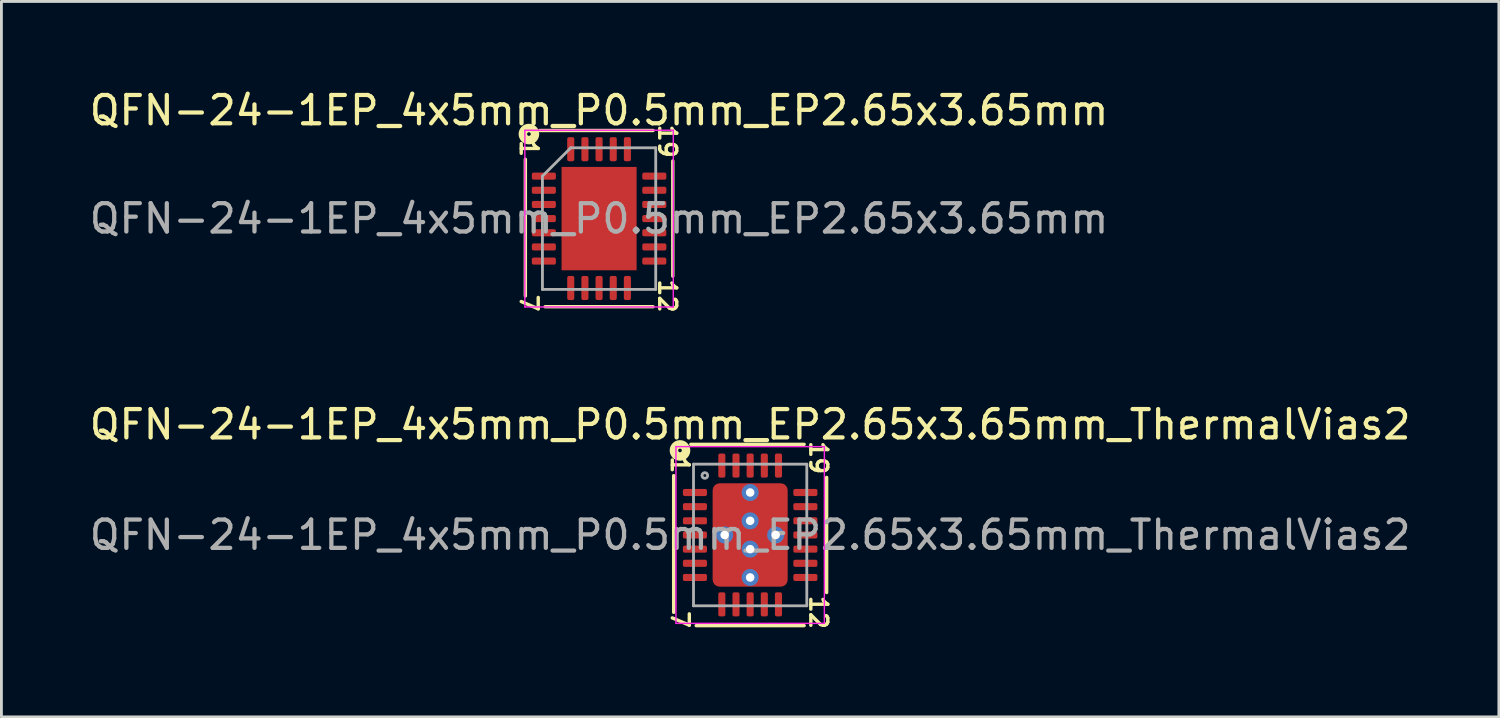
<source format=kicad_pcb>
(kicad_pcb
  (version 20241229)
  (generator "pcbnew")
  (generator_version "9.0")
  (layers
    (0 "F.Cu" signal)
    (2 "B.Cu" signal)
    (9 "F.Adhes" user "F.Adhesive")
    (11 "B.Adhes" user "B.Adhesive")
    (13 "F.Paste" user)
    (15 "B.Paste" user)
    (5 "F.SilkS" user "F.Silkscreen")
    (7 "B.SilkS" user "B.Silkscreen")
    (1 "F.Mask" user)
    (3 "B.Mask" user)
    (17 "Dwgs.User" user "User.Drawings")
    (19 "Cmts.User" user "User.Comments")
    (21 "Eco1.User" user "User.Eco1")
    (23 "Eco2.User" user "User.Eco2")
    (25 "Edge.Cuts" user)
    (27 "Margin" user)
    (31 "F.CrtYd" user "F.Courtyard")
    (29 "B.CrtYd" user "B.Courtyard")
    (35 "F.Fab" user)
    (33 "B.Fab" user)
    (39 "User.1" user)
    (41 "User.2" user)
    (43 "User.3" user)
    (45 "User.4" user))
  (footprint "QFN-24-1EP_4x5mm_P0.5mm_EP2.65x3.65mm"
    (layer "F.Cu")
    (at 18.101 4.668)
    (property "Reference" "QFN-24-1EP_4x5mm_P0.5mm_EP2.65x3.65mm" (at 0 -3.82 0) (layer "F.SilkS") (effects (font (size 1 1) (thickness 0.15))))
    (attr smd)
    (fp_line (start -2.603 -2.095) (end -2.603 2.731) (stroke (width 0.12) (type solid)) (layer "F.SilkS"))
    (fp_line (start -1.905 3.111) (end 1.905 3.111) (stroke (width 0.12) (type solid)) (layer "F.SilkS"))
    (fp_line (start 1.905 -3.111) (end -2.095 -3.111) (stroke (width 0.12) (type solid)) (layer "F.SilkS"))
    (fp_line (start 2.603 2.032) (end 2.603 -2.032) (stroke (width 0.12) (type solid)) (layer "F.SilkS"))
    (fp_circle (center -2.477 -2.985) (end -2.413 -2.985) (stroke (width 0.3) (type solid)) (fill no) (layer "F.SilkS"))
    (fp_line (start -2.62 -3.12) (end -2.62 3.12) (stroke (width 0.05) (type solid)) (layer "F.CrtYd"))
    (fp_line (start -2.62 3.12) (end 2.62 3.12) (stroke (width 0.05) (type solid)) (layer "F.CrtYd"))
    (fp_line (start 2.62 -3.12) (end -2.62 -3.12) (stroke (width 0.05) (type solid)) (layer "F.CrtYd"))
    (fp_line (start 2.62 3.12) (end 2.62 -3.12) (stroke (width 0.05) (type solid)) (layer "F.CrtYd"))
    (fp_line (start -2 -1.5) (end -1 -2.5) (stroke (width 0.1) (type solid)) (layer "F.Fab"))
    (fp_line (start -2 2.5) (end -2 -1.5) (stroke (width 0.1) (type solid)) (layer "F.Fab"))
    (fp_line (start -1 -2.5) (end 2 -2.5) (stroke (width 0.1) (type solid)) (layer "F.Fab"))
    (fp_line (start 2 -2.5) (end 2 2.5) (stroke (width 0.1) (type solid)) (layer "F.Fab"))
    (fp_line (start 2 2.5) (end -2 2.5) (stroke (width 0.1) (type solid)) (layer "F.Fab"))
    (fp_text user "7" (at -2.477 2.985 270) (unlocked yes) (layer "F.SilkS") (effects (font (size 0.6 0.6) (thickness 0.12))))
    (fp_text user "12" (at 2.413 2.731 270) (unlocked yes) (layer "F.SilkS") (effects (font (size 0.6 0.6) (thickness 0.12))))
    (fp_text user "19" (at 2.413 -2.731 270) (unlocked yes) (layer "F.SilkS") (effects (font (size 0.6 0.6) (thickness 0.12))))
    (fp_text user "1" (at -2.477 -2.477 270) (unlocked yes) (layer "F.SilkS") (effects (font (size 0.6 0.6) (thickness 0.12))))
    (fp_text user "${REFERENCE}" (at 0 0 0) (layer "F.Fab") (effects (font (size 1 1) (thickness 0.15))))
    (pad "" smd roundrect (at -0.66 -1.22) (size 1.07 0.98) (layers "F.Paste") (roundrect_rratio 0.25))
    (pad "" smd roundrect (at -0.66 0) (size 1.07 0.98) (layers "F.Paste") (roundrect_rratio 0.25))
    (pad "" smd roundrect (at -0.66 1.22) (size 1.07 0.98) (layers "F.Paste") (roundrect_rratio 0.25))
    (pad "" smd roundrect (at 0.66 -1.22) (size 1.07 0.98) (layers "F.Paste") (roundrect_rratio 0.25))
    (pad "" smd roundrect (at 0.66 0) (size 1.07 0.98) (layers "F.Paste") (roundrect_rratio 0.25))
    (pad "" smd roundrect (at 0.66 1.22) (size 1.07 0.98) (layers "F.Paste") (roundrect_rratio 0.25))
    (pad "1" smd roundrect (at -1.95 -1.5) (size 0.85 0.25) (layers "F.Cu" "F.Mask" "F.Paste") (roundrect_rratio 0.25))
    (pad "2" smd roundrect (at -1.95 -1) (size 0.85 0.25) (layers "F.Cu" "F.Mask" "F.Paste") (roundrect_rratio 0.25))
    (pad "3" smd roundrect (at -1.95 -0.5) (size 0.85 0.25) (layers "F.Cu" "F.Mask" "F.Paste") (roundrect_rratio 0.25))
    (pad "4" smd roundrect (at -1.95 0) (size 0.85 0.25) (layers "F.Cu" "F.Mask" "F.Paste") (roundrect_rratio 0.25))
    (pad "5" smd roundrect (at -1.95 0.5) (size 0.85 0.25) (layers "F.Cu" "F.Mask" "F.Paste") (roundrect_rratio 0.25))
    (pad "6" smd roundrect (at -1.95 1) (size 0.85 0.25) (layers "F.Cu" "F.Mask" "F.Paste") (roundrect_rratio 0.25))
    (pad "7" smd roundrect (at -1.95 1.5) (size 0.85 0.25) (layers "F.Cu" "F.Mask" "F.Paste") (roundrect_rratio 0.25))
    (pad "8" smd roundrect (at -1 2.45) (size 0.25 0.85) (layers "F.Cu" "F.Mask" "F.Paste") (roundrect_rratio 0.25))
    (pad "9" smd roundrect (at -0.5 2.45) (size 0.25 0.85) (layers "F.Cu" "F.Mask" "F.Paste") (roundrect_rratio 0.25))
    (pad "10" smd roundrect (at 0 2.45) (size 0.25 0.85) (layers "F.Cu" "F.Mask" "F.Paste") (roundrect_rratio 0.25))
    (pad "11" smd roundrect (at 0.5 2.45) (size 0.25 0.85) (layers "F.Cu" "F.Mask" "F.Paste") (roundrect_rratio 0.25))
    (pad "12" smd roundrect (at 1 2.45) (size 0.25 0.85) (layers "F.Cu" "F.Mask" "F.Paste") (roundrect_rratio 0.25))
    (pad "13" smd roundrect (at 1.95 1.5) (size 0.85 0.25) (layers "F.Cu" "F.Mask" "F.Paste") (roundrect_rratio 0.25))
    (pad "14" smd roundrect (at 1.95 1) (size 0.85 0.25) (layers "F.Cu" "F.Mask" "F.Paste") (roundrect_rratio 0.25))
    (pad "15" smd roundrect (at 1.95 0.5) (size 0.85 0.25) (layers "F.Cu" "F.Mask" "F.Paste") (roundrect_rratio 0.25))
    (pad "16" smd roundrect (at 1.95 0) (size 0.85 0.25) (layers "F.Cu" "F.Mask" "F.Paste") (roundrect_rratio 0.25))
    (pad "17" smd roundrect (at 1.95 -0.5) (size 0.85 0.25) (layers "F.Cu" "F.Mask" "F.Paste") (roundrect_rratio 0.25))
    (pad "18" smd roundrect (at 1.95 -1) (size 0.85 0.25) (layers "F.Cu" "F.Mask" "F.Paste") (roundrect_rratio 0.25))
    (pad "19" smd roundrect (at 1.95 -1.5) (size 0.85 0.25) (layers "F.Cu" "F.Mask" "F.Paste") (roundrect_rratio 0.25))
    (pad "20" smd roundrect (at 1 -2.45) (size 0.25 0.85) (layers "F.Cu" "F.Mask" "F.Paste") (roundrect_rratio 0.25))
    (pad "21" smd roundrect (at 0.5 -2.45) (size 0.25 0.85) (layers "F.Cu" "F.Mask" "F.Paste") (roundrect_rratio 0.25))
    (pad "22" smd roundrect (at 0 -2.45) (size 0.25 0.85) (layers "F.Cu" "F.Mask" "F.Paste") (roundrect_rratio 0.25))
    (pad "23" smd roundrect (at -0.5 -2.45) (size 0.25 0.85) (layers "F.Cu" "F.Mask" "F.Paste") (roundrect_rratio 0.25))
    (pad "24" smd roundrect (at -1 -2.45) (size 0.25 0.85) (layers "F.Cu" "F.Mask" "F.Paste") (roundrect_rratio 0.25))
    (pad "25" smd rect (at 0 0) (size 2.65 3.65) (layers "F.Cu" "F.Mask")))
  (footprint "QFN-24-1EP_4x5mm_P0.5mm_EP2.65x3.65mm_ThermalVias2"
    (layer "F.Cu")
    (at 23.435 15.838)
    (property "Reference" "QFN-24-1EP_4x5mm_P0.5mm_EP2.65x3.65mm_ThermalVias2" (at 0 -3.9 0) (layer "F.SilkS") (effects (font (size 1 1) (thickness 0.15))))
    (attr smd)
    (fp_line (start -2.7 -2.095) (end -2.7 2.731) (stroke (width 0.12) (type solid)) (layer "F.SilkS"))
    (fp_line (start -1.905 3.2) (end 1.905 3.2) (stroke (width 0.12) (type solid)) (layer "F.SilkS"))
    (fp_line (start 1.905 -3.2) (end -2.095 -3.2) (stroke (width 0.12) (type solid)) (layer "F.SilkS"))
    (fp_line (start 2.7 2.032) (end 2.7 -2.032) (stroke (width 0.12) (type solid)) (layer "F.SilkS"))
    (fp_circle (center -2.477 -2.985) (end -2.413 -2.985) (stroke (width 0.3) (type solid)) (fill no) (layer "F.SilkS"))
    (fp_line (start -2.62 -3.12) (end -2.62 3.12) (stroke (width 0.05) (type solid)) (layer "F.CrtYd"))
    (fp_line (start -2.62 3.12) (end 2.62 3.12) (stroke (width 0.05) (type solid)) (layer "F.CrtYd"))
    (fp_line (start 2.62 -3.12) (end -2.62 -3.12) (stroke (width 0.05) (type solid)) (layer "F.CrtYd"))
    (fp_line (start 2.62 3.12) (end 2.62 -3.12) (stroke (width 0.05) (type solid)) (layer "F.CrtYd"))
    (fp_line (start -2 -2.5) (end 2 -2.5) (stroke (width 0.1) (type solid)) (layer "F.Fab"))
    (fp_line (start -2 2.5) (end -2 -2.5) (stroke (width 0.1) (type solid)) (layer "F.Fab"))
    (fp_line (start 2 -2.5) (end 2 2.5) (stroke (width 0.1) (type solid)) (layer "F.Fab"))
    (fp_line (start 2 2.5) (end -2 2.5) (stroke (width 0.1) (type solid)) (layer "F.Fab"))
    (fp_circle (center -1.6 -2.1) (end -1.5 -2.1) (stroke (width 0.1) (type solid)) (fill no) (layer "F.Fab"))
    (fp_text user "12" (at 2.413 2.731 270) (unlocked yes) (layer "F.SilkS") (effects (font (size 0.6 0.6) (thickness 0.12))))
    (fp_text user "19" (at 2.413 -2.731 270) (unlocked yes) (layer "F.SilkS") (effects (font (size 0.6 0.6) (thickness 0.12))))
    (fp_text user "7" (at -2.477 2.985 270) (unlocked yes) (layer "F.SilkS") (effects (font (size 0.6 0.6) (thickness 0.12))))
    (fp_text user "1" (at -2.477 -2.477 270) (unlocked yes) (layer "F.SilkS") (effects (font (size 0.6 0.6) (thickness 0.12))))
    (fp_text user "${REFERENCE}" (at 0 0 0) (layer "F.Fab") (effects (font (size 1 1) (thickness 0.15))))
    (pad "" smd roundrect (at -0.762 -1.387) (size 0.775 0.525) (layers "F.Paste") (roundrect_rratio 0.25))
    (pad "" smd roundrect (at -0.762 -1.012) (size 0.925 1.425) (layers "F.Mask") (roundrect_rratio 0.25))
    (pad "" smd roundrect (at -0.762 -0.637) (size 0.775 0.525) (layers "F.Paste") (roundrect_rratio 0.25))
    (pad "" smd roundrect (at -0.762 0.637) (size 0.775 0.525) (layers "F.Paste") (roundrect_rratio 0.25))
    (pad "" smd roundrect (at -0.762 1.012) (size 0.925 1.425) (layers "F.Mask") (roundrect_rratio 0.25))
    (pad "" smd roundrect (at -0.762 1.387) (size 0.775 0.525) (layers "F.Paste") (roundrect_rratio 0.25))
    (pad "" smd roundrect (at 0.762 -1.387) (size 0.775 0.525) (layers "F.Paste") (roundrect_rratio 0.25))
    (pad "" smd roundrect (at 0.762 -1.012) (size 0.925 1.425) (layers "F.Mask") (roundrect_rratio 0.25))
    (pad "" smd roundrect (at 0.762 -0.637) (size 0.775 0.525) (layers "F.Paste") (roundrect_rratio 0.25))
    (pad "" smd roundrect (at 0.762 0.637) (size 0.775 0.525) (layers "F.Paste") (roundrect_rratio 0.25))
    (pad "" smd roundrect (at 0.762 1.012) (size 0.925 1.425) (layers "F.Mask") (roundrect_rratio 0.25))
    (pad "" smd roundrect (at 0.775 1.387) (size 0.8 0.525) (layers "F.Paste") (roundrect_rratio 0.25))
    (pad "1" smd roundrect (at -1.95 -1.5) (size 0.85 0.25) (layers "F.Cu" "F.Mask" "F.Paste") (roundrect_rratio 0.25))
    (pad "2" smd roundrect (at -1.95 -1) (size 0.85 0.25) (layers "F.Cu" "F.Mask" "F.Paste") (roundrect_rratio 0.25))
    (pad "3" smd roundrect (at -1.95 -0.5) (size 0.85 0.25) (layers "F.Cu" "F.Mask" "F.Paste") (roundrect_rratio 0.25))
    (pad "4" smd roundrect (at -1.95 0) (size 0.85 0.25) (layers "F.Cu" "F.Mask" "F.Paste") (roundrect_rratio 0.25))
    (pad "5" smd roundrect (at -1.95 0.5) (size 0.85 0.25) (layers "F.Cu" "F.Mask" "F.Paste") (roundrect_rratio 0.25))
    (pad "6" smd roundrect (at -1.95 1) (size 0.85 0.25) (layers "F.Cu" "F.Mask" "F.Paste") (roundrect_rratio 0.25))
    (pad "7" smd roundrect (at -1.95 1.5) (size 0.85 0.25) (layers "F.Cu" "F.Mask" "F.Paste") (roundrect_rratio 0.25))
    (pad "8" smd roundrect (at -1 2.45) (size 0.25 0.85) (layers "F.Cu" "F.Mask" "F.Paste") (roundrect_rratio 0.25))
    (pad "9" smd roundrect (at -0.5 2.45) (size 0.25 0.85) (layers "F.Cu" "F.Mask" "F.Paste") (roundrect_rratio 0.25))
    (pad "10" smd roundrect (at 0 2.45) (size 0.25 0.85) (layers "F.Cu" "F.Mask" "F.Paste") (roundrect_rratio 0.25))
    (pad "11" smd roundrect (at 0.5 2.45) (size 0.25 0.85) (layers "F.Cu" "F.Mask" "F.Paste") (roundrect_rratio 0.25))
    (pad "12" smd roundrect (at 1 2.45) (size 0.25 0.85) (layers "F.Cu" "F.Mask" "F.Paste") (roundrect_rratio 0.25))
    (pad "13" smd roundrect (at 1.95 1.5) (size 0.85 0.25) (layers "F.Cu" "F.Mask" "F.Paste") (roundrect_rratio 0.25))
    (pad "14" smd roundrect (at 1.95 1) (size 0.85 0.25) (layers "F.Cu" "F.Mask" "F.Paste") (roundrect_rratio 0.25))
    (pad "15" smd roundrect (at 1.95 0.5) (size 0.85 0.25) (layers "F.Cu" "F.Mask" "F.Paste") (roundrect_rratio 0.25))
    (pad "16" smd roundrect (at 1.95 0) (size 0.85 0.25) (layers "F.Cu" "F.Mask" "F.Paste") (roundrect_rratio 0.25))
    (pad "17" smd roundrect (at 1.95 -0.5) (size 0.85 0.25) (layers "F.Cu" "F.Mask" "F.Paste") (roundrect_rratio 0.25))
    (pad "18" smd roundrect (at 1.95 -1) (size 0.85 0.25) (layers "F.Cu" "F.Mask" "F.Paste") (roundrect_rratio 0.25))
    (pad "19" smd roundrect (at 1.95 -1.5) (size 0.85 0.25) (layers "F.Cu" "F.Mask" "F.Paste") (roundrect_rratio 0.25))
    (pad "20" smd roundrect (at 1 -2.45) (size 0.25 0.85) (layers "F.Cu" "F.Mask" "F.Paste") (roundrect_rratio 0.25))
    (pad "21" smd roundrect (at 0.5 -2.45) (size 0.25 0.85) (layers "F.Cu" "F.Mask" "F.Paste") (roundrect_rratio 0.25))
    (pad "22" smd roundrect (at 0 -2.45) (size 0.25 0.85) (layers "F.Cu" "F.Mask" "F.Paste") (roundrect_rratio 0.25))
    (pad "23" smd roundrect (at -0.5 -2.45) (size 0.25 0.85) (layers "F.Cu" "F.Mask" "F.Paste") (roundrect_rratio 0.25))
    (pad "24" smd roundrect (at -1 -2.45) (size 0.25 0.85) (layers "F.Cu" "F.Mask" "F.Paste") (roundrect_rratio 0.25))
    (pad "25" thru_hole circle (at -0.9 0) (size 0.6 0.6) (drill 0.3) (property pad_prop_heatsink) (layers "*.Cu" "*.Mask"))
    (pad "25" thru_hole circle (at 0 -1.5) (size 0.6 0.6) (drill 0.3) (property pad_prop_heatsink) (layers "*.Cu" "*.Mask"))
    (pad "25" thru_hole circle (at 0 -0.5) (size 0.6 0.6) (drill 0.3) (property pad_prop_heatsink) (layers "*.Cu" "*.Mask"))
    (pad "25" smd roundrect (at 0 0) (size 2.65 3.65) (layers "F.Cu") (roundrect_rratio 0.093))
    (pad "25" thru_hole circle (at 0 0.5) (size 0.6 0.6) (drill 0.3) (property pad_prop_heatsink) (layers "*.Cu" "*.Mask"))
    (pad "25" thru_hole circle (at 0 1.5) (size 0.6 0.6) (drill 0.3) (property pad_prop_heatsink) (layers "*.Cu" "*.Mask"))
    (pad "25" thru_hole circle (at 0.9 0) (size 0.6 0.6) (drill 0.3) (property pad_prop_heatsink) (layers "*.Cu" "*.Mask")))
  (gr_rect
    (start -3 -3)
    (end 49.869 22.26)
    (stroke (width 0.1) (type default))
    (fill no)
    (layer "Edge.Cuts")))
</source>
